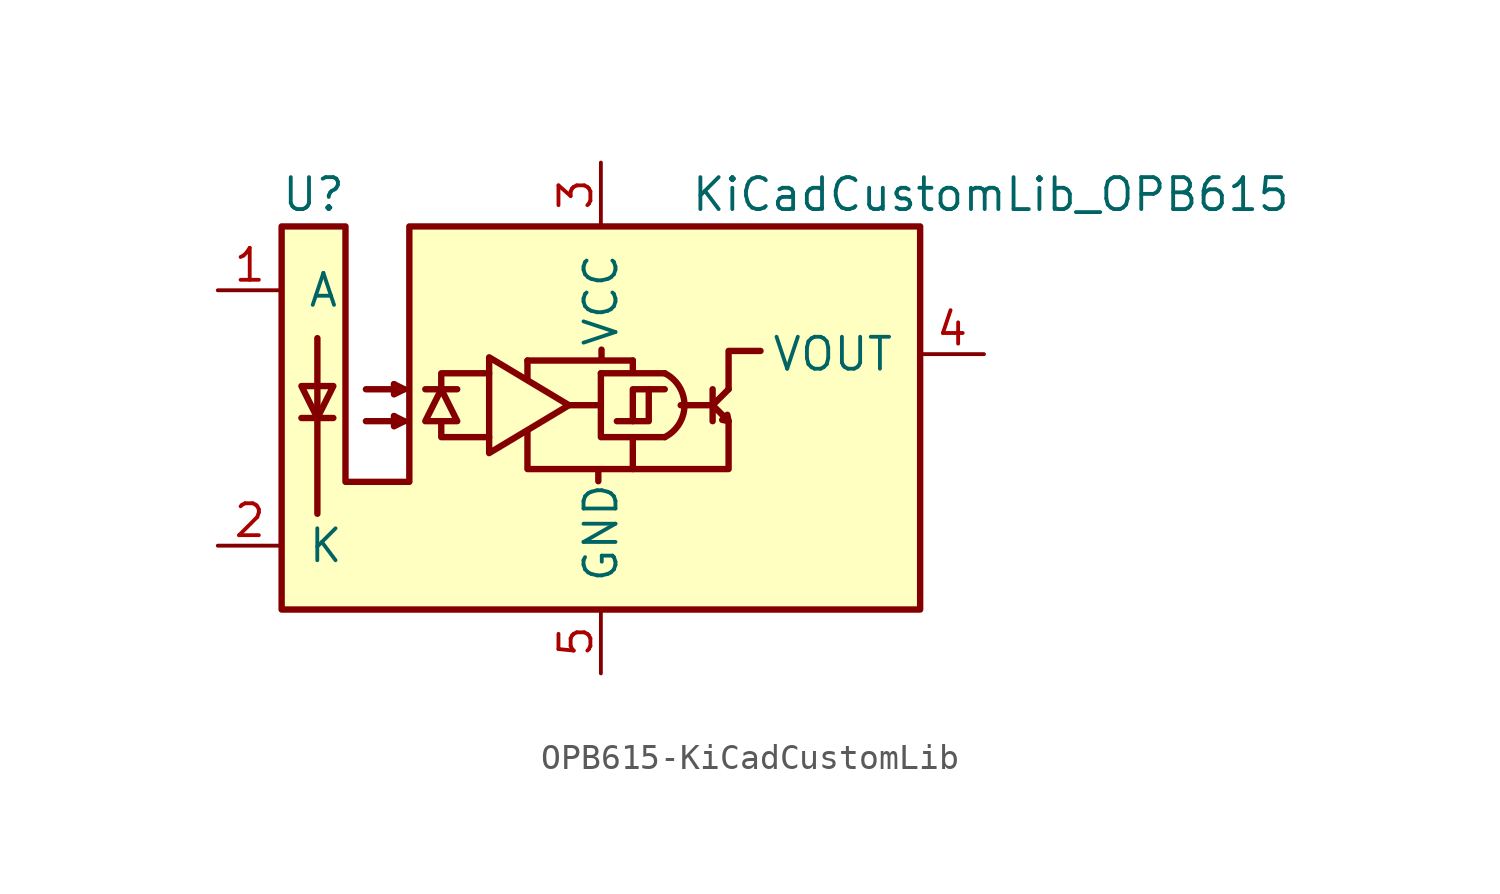
<source format=kicad_sym>
(kicad_symbol_lib
  (version 20220914)
  (generator kicad_symbol_editor)
  (symbol "OPB615-KiCadCustomLib"
    (pin_names
      (offset 1.016))
    (property "Reference" "U"
      (at -11.43 8.89 0)
      (effects (font (size 1.27 1.27))))
    (property "Value" "KiCadCustomLib_OPB615"
      (at 3.556 8.89 0)
      (effects (font (size 1.27 1.27)) (justify left)))
    (symbol "OPB615-KiCadCustomLib_0_1"
      (polyline (pts (xy -11.913 0) (xy -10.643 0)) (stroke (width 0.254) (type solid)) (fill (type none)))
      (polyline (pts (xy -11.278 -3.81) (xy -11.278 3.175)) (stroke (width 0.254) (type solid)) (fill (type none)))
      (polyline (pts (xy -6.985 1.143) (xy -5.715 1.143)) (stroke (width 0.254) (type solid)) (fill (type none)))
      (polyline (pts (xy -2.921 1.524) (xy -2.921 2.286)) (stroke (width 0.254) (type solid)) (fill (type none)))
      (polyline (pts (xy -2.921 2.286) (xy 1.27 2.286)) (stroke (width 0.254) (type solid)) (fill (type none)))
      (polyline (pts (xy -1.27 0.508) (xy 0 0.508)) (stroke (width 0.254) (type solid)) (fill (type none)))
      (polyline (pts (xy -0.102 -2.515) (xy -0.102 -2.083)) (stroke (width 0.254) (type solid)) (fill (type none)))
      (polyline (pts (xy 0 1.778) (xy 2.54 1.778)) (stroke (width 0.254) (type solid)) (fill (type none)))
      (polyline (pts (xy 0.025 2.311) (xy 0.025 2.718)) (stroke (width 0.254) (type solid)) (fill (type none)))
      (polyline (pts (xy 1.27 1.93) (xy 1.27 2.286)) (stroke (width 0.254) (type solid)) (fill (type none)))
      (polyline (pts (xy 3.175 0.508) (xy 4.445 0.508)) (stroke (width 0.254) (type solid)) (fill (type none)))
      (polyline (pts (xy 4.445 0.508) (xy 5.08 -0.127)) (stroke (width 0.254) (type solid)) (fill (type none)))
      (polyline (pts (xy 4.445 0.508) (xy 5.08 1.143)) (stroke (width 0.254) (type solid)) (fill (type none)))
      (polyline (pts (xy 4.445 1.143) (xy 4.445 -0.127)) (stroke (width 0.254) (type solid)) (fill (type none)))
      (polyline (pts (xy -9.347 -0.127) (xy -7.823 -0.127) (xy -8.23 0.076)) (stroke (width 0.254) (type solid)) (fill (type none)))
      (polyline (pts (xy -9.347 1.143) (xy -7.823 1.143) (xy -8.23 1.346)) (stroke (width 0.254) (type solid)) (fill (type none)))
      (polyline (pts (xy -8.23 0.076) (xy -8.23 -0.33) (xy -7.823 -0.127)) (stroke (width 0.254) (type solid)) (fill (type none)))
      (polyline (pts (xy -8.23 1.346) (xy -8.23 0.94) (xy -7.823 1.143)) (stroke (width 0.254) (type solid)) (fill (type none)))
      (polyline (pts (xy -6.35 -0.127) (xy -6.35 -0.762) (xy -4.445 -0.762)) (stroke (width 0.254) (type solid)) (fill (type none)))
      (polyline (pts (xy -6.35 1.143) (xy -6.35 1.778) (xy -4.445 1.778)) (stroke (width 0.254) (type solid)) (fill (type none)))
      (polyline (pts (xy 0 1.778) (xy 0 -0.762) (xy 2.54 -0.762)) (stroke (width 0.254) (type solid)) (fill (type none)))
      (polyline (pts (xy 1.27 -2.032) (xy -2.921 -2.032) (xy -2.921 -0.508)) (stroke (width 0.254) (type solid)) (fill (type none)))
      (polyline (pts (xy 1.905 1.143) (xy 1.27 1.143) (xy 1.27 -0.127)) (stroke (width 0.254) (type solid)) (fill (type none)))
      (polyline (pts (xy 5.08 1.143) (xy 5.08 2.667) (xy 6.35 2.667)) (stroke (width 0.254) (type solid)) (fill (type none)))
      (polyline (pts (xy -11.913 1.27) (xy -10.643 1.27) (xy -11.278 0) (xy -11.913 1.27)) (stroke (width 0.254) (type solid)) (fill (type none)))
      (polyline (pts (xy -6.985 -0.127) (xy -5.715 -0.127) (xy -6.35 1.143) (xy -6.985 -0.127)) (stroke (width 0.254) (type solid)) (fill (type none)))
      (polyline (pts (xy -4.445 2.413) (xy -4.445 -1.397) (xy -1.27 0.508) (xy -4.445 2.413)) (stroke (width 0.254) (type solid)) (fill (type none)))
      (polyline (pts (xy 0.635 -0.127) (xy 1.905 -0.127) (xy 1.905 1.143) (xy 2.54 1.143)) (stroke (width 0.254) (type solid)) (fill (type none)))
      (polyline (pts (xy 1.27 -0.762) (xy 1.27 -2.032) (xy 5.08 -2.032) (xy 5.08 -0.127)) (stroke (width 0.254) (type solid)) (fill (type none)))
      (polyline (pts (xy 5.08 -0.127) (xy 4.826 -0.076) (xy 5.029 0.127) (xy 5.08 -0.127)) (stroke (width 0.254) (type solid)) (fill (type none)))
      (polyline (pts (xy -12.7 -7.62) (xy 12.7 -7.62) (xy 12.7 7.62) (xy -7.62 7.62) (xy -7.62 -2.54) (xy -10.16 -2.54) (xy -10.16 7.62) (xy -12.7 7.62) (xy -12.7 -7.62)) (stroke (width 0.254) (type solid)) (fill (type background)))
      (arc (start 2.54 -0.762) (mid 3.3249 0.508) (end 2.54 1.778) (stroke (width 0.254) (type solid)) (fill (type none))))
    (symbol "OPB615-KiCadCustomLib_1_1"
      (pin passive line (at -15.24 5.08 0) (length 2.54) (name "A" (effects (font (size 1.27 1.27)))) (number "1" (effects (font (size 1.27 1.27)))))
      (pin passive line (at -15.24 -5.08 0) (length 2.54) (name "K" (effects (font (size 1.27 1.27)))) (number "2" (effects (font (size 1.27 1.27)))))
      (pin power_in line (at 0 10.16 270) (length 2.54) (name "VCC" (effects (font (size 1.27 1.27)))) (number "3" (effects (font (size 1.27 1.27)))))
      (pin open_collector line (at 15.24 2.54 180) (length 2.54) (name "VOUT" (effects (font (size 1.27 1.27)))) (number "4" (effects (font (size 1.27 1.27)))))
      (pin power_in line (at 0 -10.16 90) (length 2.54) (name "GND" (effects (font (size 1.27 1.27)))) (number "5" (effects (font (size 1.27 1.27))))))))
</source>
